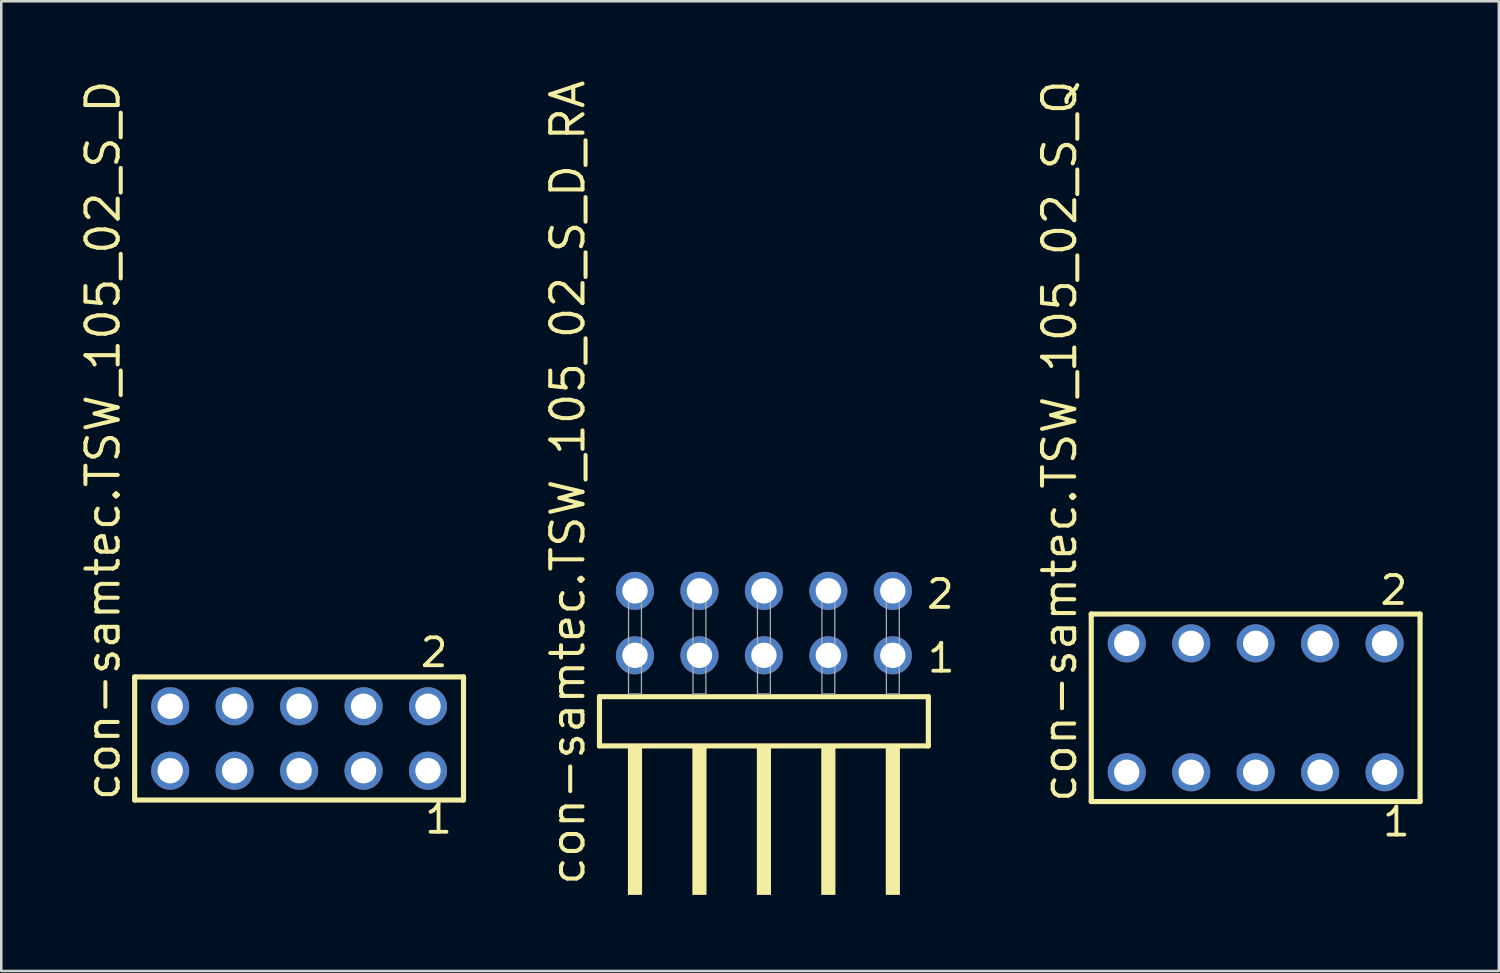
<source format=kicad_pcb>
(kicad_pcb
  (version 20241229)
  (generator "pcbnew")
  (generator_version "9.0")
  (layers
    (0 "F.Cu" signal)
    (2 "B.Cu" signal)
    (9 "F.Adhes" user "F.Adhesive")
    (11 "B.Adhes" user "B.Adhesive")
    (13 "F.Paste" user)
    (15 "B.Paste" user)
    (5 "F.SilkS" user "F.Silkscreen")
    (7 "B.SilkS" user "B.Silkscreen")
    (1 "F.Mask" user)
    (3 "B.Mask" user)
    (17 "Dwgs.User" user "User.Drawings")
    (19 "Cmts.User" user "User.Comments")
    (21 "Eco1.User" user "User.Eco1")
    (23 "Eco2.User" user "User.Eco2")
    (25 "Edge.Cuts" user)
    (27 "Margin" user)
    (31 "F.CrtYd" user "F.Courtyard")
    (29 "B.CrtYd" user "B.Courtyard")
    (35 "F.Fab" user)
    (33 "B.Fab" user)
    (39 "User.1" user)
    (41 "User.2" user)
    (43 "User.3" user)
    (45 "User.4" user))
  (footprint "con-samtec.TSW_105_02_S_D_RA"
    (layer "F.Cu")
    (at 27.051 24.296)
    (property "Reference" "con-samtec.TSW_105_02_S_D_RA" (at -6.985 7.62 90) (layer "F.SilkS") (effects (font (size 1.27 1.27) (thickness 0.16)) (justify left bottom)))
    (attr through_hole)
    (fp_line (start -6.479 0.106) (end -6.479 2.046) (stroke (width 0.203) (type default)) (layer "F.SilkS"))
    (fp_line (start -6.479 2.046) (end 6.479 2.046) (stroke (width 0.203) (type default)) (layer "F.SilkS"))
    (fp_line (start 6.479 0.106) (end -6.479 0.106) (stroke (width 0.203) (type default)) (layer "F.SilkS"))
    (fp_line (start 6.479 2.046) (end 6.479 0.106) (stroke (width 0.203) (type default)) (layer "F.SilkS"))
    (fp_rect (start -5.334 7.89) (end -4.826 2.04) (stroke (width 0.05) (type default)) (fill yes) (layer "F.SilkS"))
    (fp_rect (start -2.794 7.89) (end -2.286 2.04) (stroke (width 0.05) (type default)) (fill yes) (layer "F.SilkS"))
    (fp_rect (start -0.254 7.89) (end 0.254 2.04) (stroke (width 0.05) (type default)) (fill yes) (layer "F.SilkS"))
    (fp_rect (start 2.286 7.89) (end 2.794 2.04) (stroke (width 0.05) (type default)) (fill yes) (layer "F.SilkS"))
    (fp_rect (start 4.826 7.89) (end 5.334 2.04) (stroke (width 0.05) (type default)) (fill yes) (layer "F.SilkS"))
    (fp_rect (start -5.334 0) (end -4.826 -4.318) (stroke (width 0.05) (type default)) (fill no) (layer "F.Fab"))
    (fp_rect (start -2.794 0) (end -2.286 -4.318) (stroke (width 0.05) (type default)) (fill no) (layer "F.Fab"))
    (fp_rect (start -0.254 0) (end 0.254 -4.318) (stroke (width 0.05) (type default)) (fill no) (layer "F.Fab"))
    (fp_rect (start 2.286 0) (end 2.794 -4.318) (stroke (width 0.05) (type default)) (fill no) (layer "F.Fab"))
    (fp_rect (start 4.826 0) (end 5.334 -4.318) (stroke (width 0.05) (type default)) (fill no) (layer "F.Fab"))
    (fp_text user "2" (at 6.33 -3.29 0) (layer "F.SilkS") (effects (font (size 1.1 1.1) (thickness 0.15)) (justify left bottom)))
    (fp_text user "1" (at 6.365 -0.775 0) (layer "F.SilkS") (effects (font (size 1.1 1.1) (thickness 0.15)) (justify left bottom)))
    (pad "1" thru_hole circle (at 5.08 -1.524 180) (size 1.5 1.5) (drill 1) (layers "*.Cu" "*.Mask"))
    (pad "2" thru_hole circle (at 5.08 -4.064 180) (size 1.5 1.5) (drill 1) (layers "*.Cu" "*.Mask"))
    (pad "3" thru_hole circle (at 2.54 -1.524 180) (size 1.5 1.5) (drill 1) (layers "*.Cu" "*.Mask"))
    (pad "4" thru_hole circle (at 2.54 -4.064 180) (size 1.5 1.5) (drill 1) (layers "*.Cu" "*.Mask"))
    (pad "5" thru_hole circle (at 0 -1.524 180) (size 1.5 1.5) (drill 1) (layers "*.Cu" "*.Mask"))
    (pad "6" thru_hole circle (at 0 -4.064 180) (size 1.5 1.5) (drill 1) (layers "*.Cu" "*.Mask"))
    (pad "7" thru_hole circle (at -2.54 -1.524 180) (size 1.5 1.5) (drill 1) (layers "*.Cu" "*.Mask"))
    (pad "8" thru_hole circle (at -2.54 -4.064 180) (size 1.5 1.5) (drill 1) (layers "*.Cu" "*.Mask"))
    (pad "9" thru_hole circle (at -5.08 -1.524 180) (size 1.5 1.5) (drill 1) (layers "*.Cu" "*.Mask"))
    (pad "10" thru_hole circle (at -5.08 -4.064 180) (size 1.5 1.5) (drill 1) (layers "*.Cu" "*.Mask")))
  (footprint "con-samtec.TSW_105_02_S_D"
    (layer "F.Cu")
    (at 8.735 26.049)
    (property "Reference" "con-samtec.TSW_105_02_S_D" (at -6.985 2.54 90) (layer "F.SilkS") (effects (font (size 1.27 1.27) (thickness 0.16)) (justify left bottom)))
    (attr through_hole)
    (fp_line (start -6.479 -2.425) (end 6.479 -2.425) (stroke (width 0.203) (type default)) (layer "F.SilkS"))
    (fp_line (start -6.479 2.425) (end -6.479 -2.425) (stroke (width 0.203) (type default)) (layer "F.SilkS"))
    (fp_line (start 6.479 -2.425) (end 6.479 2.425) (stroke (width 0.203) (type default)) (layer "F.SilkS"))
    (fp_line (start 6.479 2.425) (end -6.479 2.425) (stroke (width 0.203) (type default)) (layer "F.SilkS"))
    (fp_rect (start -5.43 -0.92) (end -4.73 -1.62) (stroke (width 0.05) (type default)) (fill no) (layer "F.Fab"))
    (fp_rect (start -5.43 1.62) (end -4.73 0.92) (stroke (width 0.05) (type default)) (fill no) (layer "F.Fab"))
    (fp_rect (start -2.89 -0.92) (end -2.19 -1.62) (stroke (width 0.05) (type default)) (fill no) (layer "F.Fab"))
    (fp_rect (start -2.89 1.62) (end -2.19 0.92) (stroke (width 0.05) (type default)) (fill no) (layer "F.Fab"))
    (fp_rect (start -0.35 -0.92) (end 0.35 -1.62) (stroke (width 0.05) (type default)) (fill no) (layer "F.Fab"))
    (fp_rect (start -0.35 1.62) (end 0.35 0.92) (stroke (width 0.05) (type default)) (fill no) (layer "F.Fab"))
    (fp_rect (start 2.19 -0.92) (end 2.89 -1.62) (stroke (width 0.05) (type default)) (fill no) (layer "F.Fab"))
    (fp_rect (start 2.19 1.62) (end 2.89 0.92) (stroke (width 0.05) (type default)) (fill no) (layer "F.Fab"))
    (fp_rect (start 4.73 -0.92) (end 5.43 -1.62) (stroke (width 0.05) (type default)) (fill no) (layer "F.Fab"))
    (fp_rect (start 4.73 1.62) (end 5.43 0.92) (stroke (width 0.05) (type default)) (fill no) (layer "F.Fab"))
    (fp_text user "1" (at 4.872 3.818 0) (layer "F.SilkS") (effects (font (size 1.1 1.1) (thickness 0.15)) (justify left bottom)))
    (fp_text user "2" (at 4.697 -2.744 0) (layer "F.SilkS") (effects (font (size 1.1 1.1) (thickness 0.15)) (justify left bottom)))
    (pad "1" thru_hole circle (at 5.08 1.27 180) (size 1.5 1.5) (drill 1) (layers "*.Cu" "*.Mask"))
    (pad "2" thru_hole circle (at 5.08 -1.27 180) (size 1.5 1.5) (drill 1) (layers "*.Cu" "*.Mask"))
    (pad "3" thru_hole circle (at 2.54 1.27 180) (size 1.5 1.5) (drill 1) (layers "*.Cu" "*.Mask"))
    (pad "4" thru_hole circle (at 2.54 -1.27 180) (size 1.5 1.5) (drill 1) (layers "*.Cu" "*.Mask"))
    (pad "5" thru_hole circle (at 0 1.27 180) (size 1.5 1.5) (drill 1) (layers "*.Cu" "*.Mask"))
    (pad "6" thru_hole circle (at 0 -1.27 180) (size 1.5 1.5) (drill 1) (layers "*.Cu" "*.Mask"))
    (pad "7" thru_hole circle (at -2.54 1.27 180) (size 1.5 1.5) (drill 1) (layers "*.Cu" "*.Mask"))
    (pad "8" thru_hole circle (at -2.54 -1.27 180) (size 1.5 1.5) (drill 1) (layers "*.Cu" "*.Mask"))
    (pad "9" thru_hole circle (at -5.08 1.27 180) (size 1.5 1.5) (drill 1) (layers "*.Cu" "*.Mask"))
    (pad "10" thru_hole circle (at -5.08 -1.27 180) (size 1.5 1.5) (drill 1) (layers "*.Cu" "*.Mask")))
  (footprint "con-samtec.TSW_105_02_S_Q"
    (layer "F.Cu")
    (at 46.428 24.84)
    (property "Reference" "con-samtec.TSW_105_02_S_Q" (at -6.985 3.81 90) (layer "F.SilkS") (effects (font (size 1.27 1.27) (thickness 0.16)) (justify left bottom)))
    (attr through_hole)
    (fp_line (start -6.479 -3.695) (end 6.479 -3.695) (stroke (width 0.203) (type default)) (layer "F.SilkS"))
    (fp_line (start -6.479 3.695) (end -6.479 -3.695) (stroke (width 0.203) (type default)) (layer "F.SilkS"))
    (fp_line (start 6.479 -3.695) (end 6.479 3.695) (stroke (width 0.203) (type default)) (layer "F.SilkS"))
    (fp_line (start 6.479 3.695) (end -6.479 3.695) (stroke (width 0.203) (type default)) (layer "F.SilkS"))
    (fp_rect (start -5.43 -2.19) (end -4.73 -2.89) (stroke (width 0.05) (type default)) (fill no) (layer "F.Fab"))
    (fp_rect (start -5.43 2.89) (end -4.73 2.19) (stroke (width 0.05) (type default)) (fill no) (layer "F.Fab"))
    (fp_rect (start -2.89 -2.19) (end -2.19 -2.89) (stroke (width 0.05) (type default)) (fill no) (layer "F.Fab"))
    (fp_rect (start -2.89 2.89) (end -2.19 2.19) (stroke (width 0.05) (type default)) (fill no) (layer "F.Fab"))
    (fp_rect (start -0.35 -2.19) (end 0.35 -2.89) (stroke (width 0.05) (type default)) (fill no) (layer "F.Fab"))
    (fp_rect (start -0.35 2.89) (end 0.35 2.19) (stroke (width 0.05) (type default)) (fill no) (layer "F.Fab"))
    (fp_rect (start 2.19 -2.19) (end 2.89 -2.89) (stroke (width 0.05) (type default)) (fill no) (layer "F.Fab"))
    (fp_rect (start 2.19 2.89) (end 2.89 2.19) (stroke (width 0.05) (type default)) (fill no) (layer "F.Fab"))
    (fp_rect (start 4.73 -2.19) (end 5.43 -2.89) (stroke (width 0.05) (type default)) (fill no) (layer "F.Fab"))
    (fp_rect (start 4.73 2.89) (end 5.43 2.19) (stroke (width 0.05) (type default)) (fill no) (layer "F.Fab"))
    (fp_text user "2" (at 4.822 -3.989 0) (layer "F.SilkS") (effects (font (size 1.1 1.1) (thickness 0.15)) (justify left bottom)))
    (fp_text user "1" (at 4.922 5.138 0) (layer "F.SilkS") (effects (font (size 1.1 1.1) (thickness 0.15)) (justify left bottom)))
    (pad "1" thru_hole circle (at 5.08 2.54 180) (size 1.5 1.5) (drill 1) (layers "*.Cu" "*.Mask"))
    (pad "2" thru_hole circle (at 5.08 -2.54 180) (size 1.5 1.5) (drill 1) (layers "*.Cu" "*.Mask"))
    (pad "3" thru_hole circle (at 2.54 2.54 180) (size 1.5 1.5) (drill 1) (layers "*.Cu" "*.Mask"))
    (pad "4" thru_hole circle (at 2.54 -2.54 180) (size 1.5 1.5) (drill 1) (layers "*.Cu" "*.Mask"))
    (pad "5" thru_hole circle (at 0 2.54 180) (size 1.5 1.5) (drill 1) (layers "*.Cu" "*.Mask"))
    (pad "6" thru_hole circle (at 0 -2.54 180) (size 1.5 1.5) (drill 1) (layers "*.Cu" "*.Mask"))
    (pad "7" thru_hole circle (at -2.54 2.54 180) (size 1.5 1.5) (drill 1) (layers "*.Cu" "*.Mask"))
    (pad "8" thru_hole circle (at -2.54 -2.54 180) (size 1.5 1.5) (drill 1) (layers "*.Cu" "*.Mask"))
    (pad "9" thru_hole circle (at -5.08 2.54 180) (size 1.5 1.5) (drill 1) (layers "*.Cu" "*.Mask"))
    (pad "10" thru_hole circle (at -5.08 -2.54 180) (size 1.5 1.5) (drill 1) (layers "*.Cu" "*.Mask")))
  (gr_rect
    (start -3 -3)
    (end 56.009 35.211)
    (stroke (width 0.1) (type default))
    (fill no)
    (layer "Edge.Cuts")))
</source>
